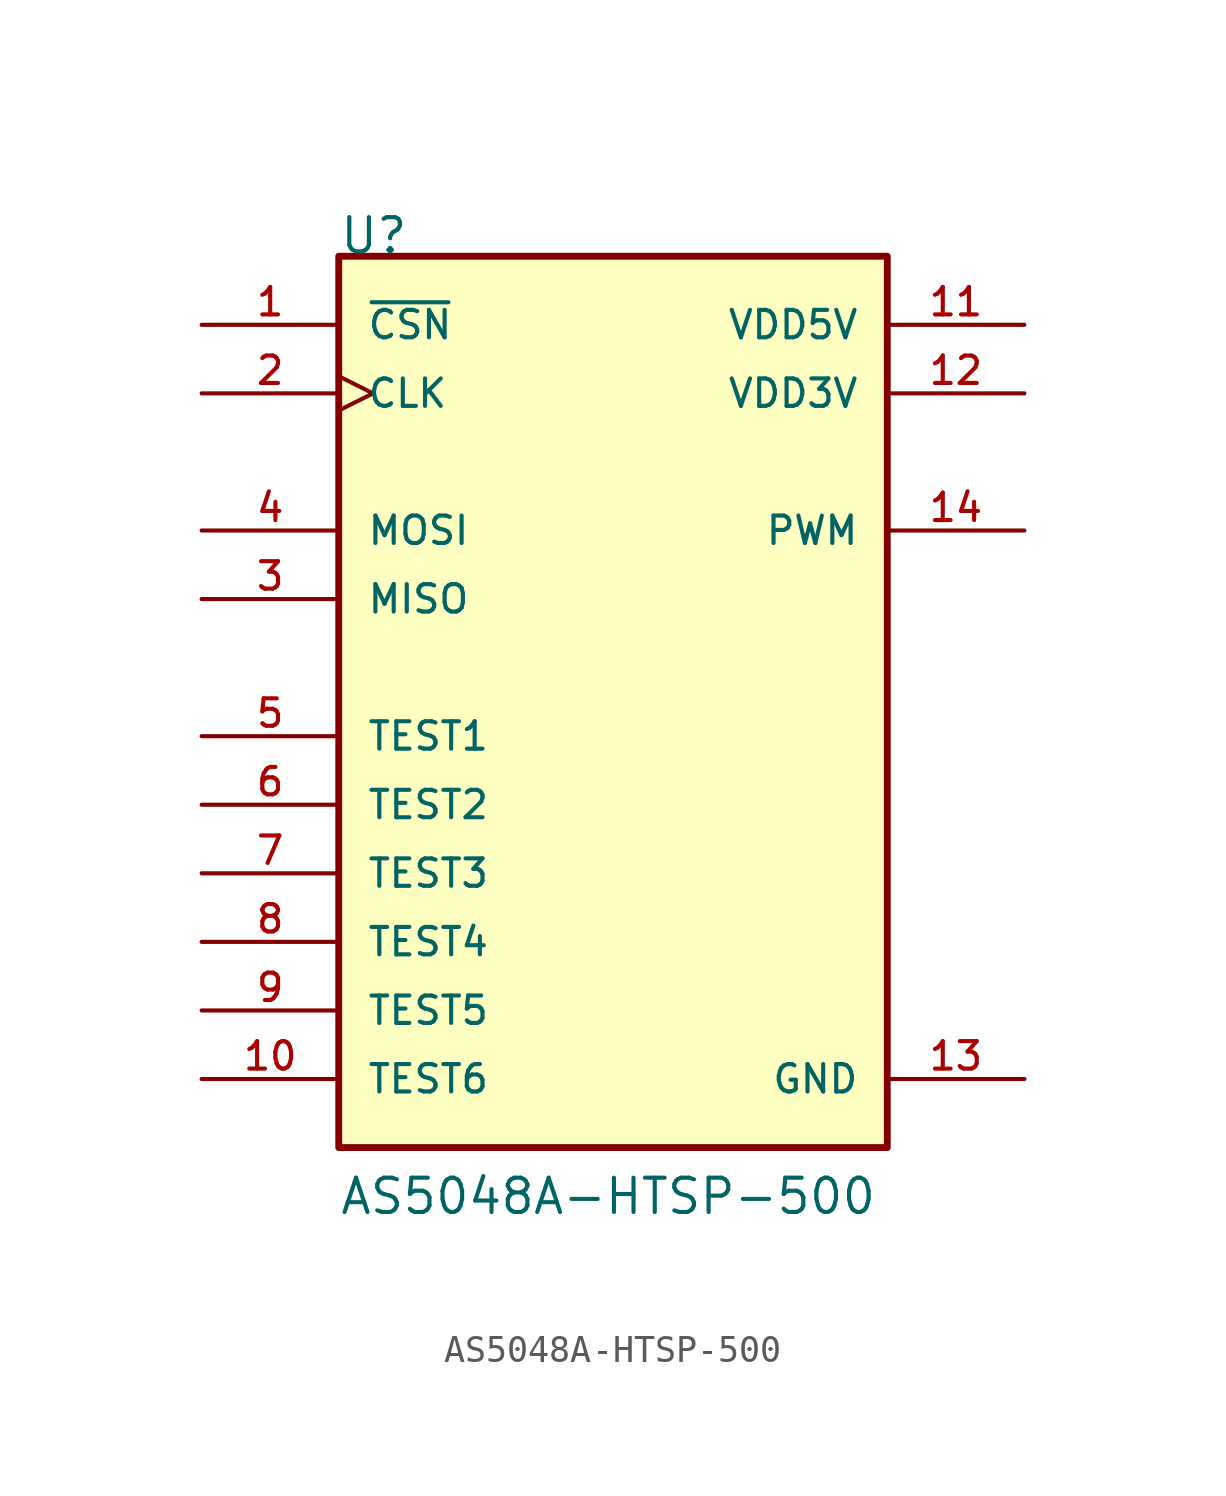
<source format=kicad_sym>
(kicad_symbol_lib
  (version 20211014)
  (generator kicad_symbol_editor)
  (symbol "AS5048A-HTSP-500"
    (pin_names
      (offset 1.016))
    (property "Reference" "U"
      (at -10.171 15.256 0)
      (effects (font (size 1.27 1.27)) (justify bottom left)))
    (property "Value" "AS5048A-HTSP-500"
      (at -10.165 -20.329 0)
      (effects (font (size 1.27 1.27)) (justify bottom left)))
    (symbol "AS5048A-HTSP-500_0_0"
      (rectangle (start -10.16 -17.78) (end 10.16 15.24) (stroke (width 0.254)) (fill (type background)))
      (pin input line (at -15.24 12.7 0) (length 5.08) (name "~{CSN}" (effects (font (size 1.016 1.016)))) (number "1" (effects (font (size 1.016 1.016)))))
      (pin input clock (at -15.24 10.16 0) (length 5.08) (name "CLK" (effects (font (size 1.016 1.016)))) (number "2" (effects (font (size 1.016 1.016)))))
      (pin input line (at -15.24 5.08 0) (length 5.08) (name "MOSI" (effects (font (size 1.016 1.016)))) (number "4" (effects (font (size 1.016 1.016)))))
      (pin bidirectional line (at -15.24 2.54 0) (length 5.08) (name "MISO" (effects (font (size 1.016 1.016)))) (number "3" (effects (font (size 1.016 1.016)))))
      (pin bidirectional line (at -15.24 -2.54 0) (length 5.08) (name "TEST1" (effects (font (size 1.016 1.016)))) (number "5" (effects (font (size 1.016 1.016)))))
      (pin bidirectional line (at -15.24 -5.08 0) (length 5.08) (name "TEST2" (effects (font (size 1.016 1.016)))) (number "6" (effects (font (size 1.016 1.016)))))
      (pin bidirectional line (at -15.24 -7.62 0) (length 5.08) (name "TEST3" (effects (font (size 1.016 1.016)))) (number "7" (effects (font (size 1.016 1.016)))))
      (pin bidirectional line (at -15.24 -10.16 0) (length 5.08) (name "TEST4" (effects (font (size 1.016 1.016)))) (number "8" (effects (font (size 1.016 1.016)))))
      (pin bidirectional line (at -15.24 -12.7 0) (length 5.08) (name "TEST5" (effects (font (size 1.016 1.016)))) (number "9" (effects (font (size 1.016 1.016)))))
      (pin bidirectional line (at -15.24 -15.24 0) (length 5.08) (name "TEST6" (effects (font (size 1.016 1.016)))) (number "10" (effects (font (size 1.016 1.016)))))
      (pin power_in line (at 15.24 12.7 180.0) (length 5.08) (name "VDD5V" (effects (font (size 1.016 1.016)))) (number "11" (effects (font (size 1.016 1.016)))))
      (pin power_in line (at 15.24 10.16 180.0) (length 5.08) (name "VDD3V" (effects (font (size 1.016 1.016)))) (number "12" (effects (font (size 1.016 1.016)))))
      (pin output line (at 15.24 5.08 180.0) (length 5.08) (name "PWM" (effects (font (size 1.016 1.016)))) (number "14" (effects (font (size 1.016 1.016)))))
      (pin passive line (at 15.24 -15.24 180.0) (length 5.08) (name "GND" (effects (font (size 1.016 1.016)))) (number "13" (effects (font (size 1.016 1.016))))))))
</source>
